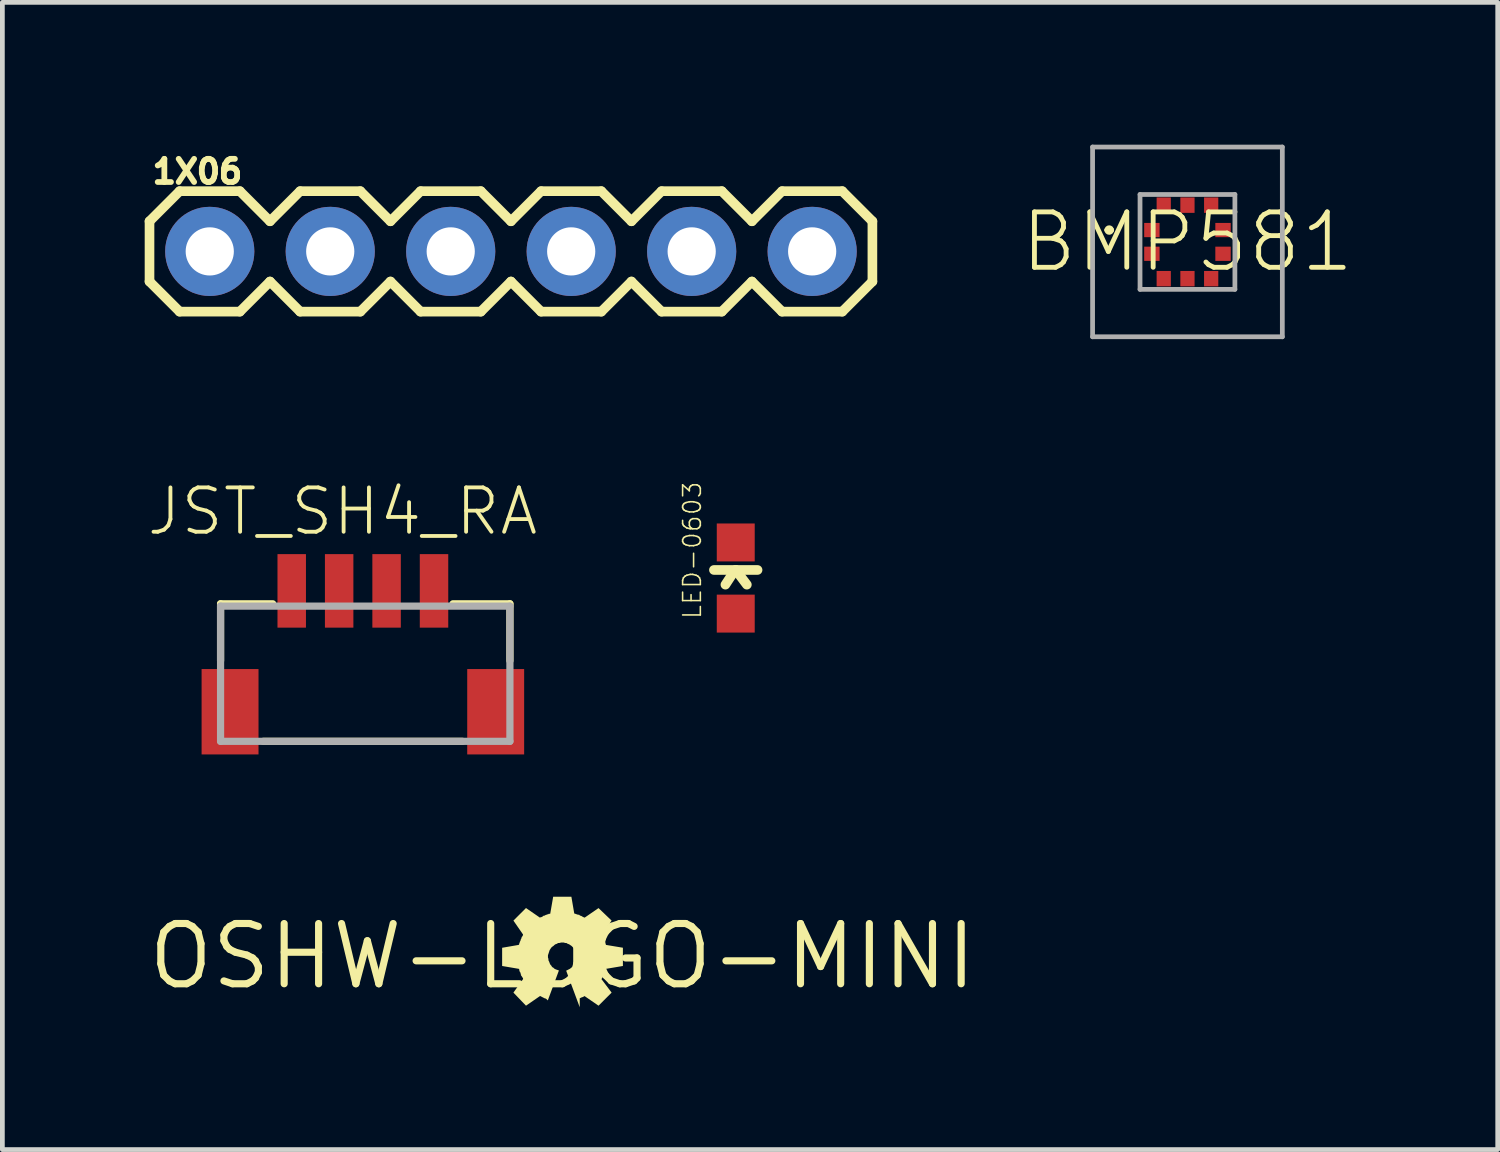
<source format=kicad_pcb>
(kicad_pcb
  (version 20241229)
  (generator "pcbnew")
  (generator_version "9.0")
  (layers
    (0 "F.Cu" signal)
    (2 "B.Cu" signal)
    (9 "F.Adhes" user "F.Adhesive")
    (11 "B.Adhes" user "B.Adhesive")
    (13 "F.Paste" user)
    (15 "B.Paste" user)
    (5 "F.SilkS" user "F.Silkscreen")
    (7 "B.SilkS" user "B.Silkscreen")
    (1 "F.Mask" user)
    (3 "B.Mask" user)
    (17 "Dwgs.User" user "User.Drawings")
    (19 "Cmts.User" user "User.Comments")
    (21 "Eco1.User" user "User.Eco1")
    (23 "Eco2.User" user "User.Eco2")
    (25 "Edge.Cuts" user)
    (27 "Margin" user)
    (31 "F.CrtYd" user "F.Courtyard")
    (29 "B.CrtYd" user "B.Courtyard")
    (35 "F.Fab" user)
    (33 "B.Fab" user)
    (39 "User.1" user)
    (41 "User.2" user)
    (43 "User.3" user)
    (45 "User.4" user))
  (footprint "JST_SH4_RA"
    (layer "F.Cu")
    (at 4.6 10.331)
    (property "Reference" "JST_SH4_RA" (at -4.6 -2.052 0) (unlocked yes) (layer "F.SilkS") (effects (font (size 0.935 0.935) (thickness 0.081)) (justify left bottom)))
    (fp_line (start -3 -0.652) (end -1.9 -0.652) (stroke (width 0.152) (type solid)) (layer "F.SilkS"))
    (fp_line (start -3 0.548) (end -3 -0.652) (stroke (width 0.152) (type solid)) (layer "F.SilkS"))
    (fp_line (start -2.1 2.248) (end 2.1 2.248) (stroke (width 0.152) (type solid)) (layer "F.SilkS"))
    (fp_line (start 1.9 -0.652) (end 3.1 -0.652) (stroke (width 0.152) (type solid)) (layer "F.SilkS"))
    (fp_line (start 3.1 -0.652) (end 3.1 0.548) (stroke (width 0.152) (type solid)) (layer "F.SilkS"))
    (fp_line (start -3 -0.602) (end 3.1 -0.602) (stroke (width 0.152) (type solid)) (layer "F.Fab"))
    (fp_line (start -3 2.248) (end -3 -0.602) (stroke (width 0.152) (type solid)) (layer "F.Fab"))
    (fp_line (start 3.1 -0.602) (end 3.1 2.248) (stroke (width 0.152) (type solid)) (layer "F.Fab"))
    (fp_line (start 3.1 2.248) (end -3 2.248) (stroke (width 0.152) (type solid)) (layer "F.Fab"))
    (pad "1" smd rect (at 1.5 -0.924 270) (size 1.55 0.6) (layers "F.Cu" "F.Mask" "F.Paste"))
    (pad "2" smd rect (at 0.5 -0.924 270) (size 1.55 0.6) (layers "F.Cu" "F.Mask" "F.Paste"))
    (pad "3" smd rect (at -0.5 -0.924 270) (size 1.55 0.6) (layers "F.Cu" "F.Mask" "F.Paste"))
    (pad "4" smd rect (at -1.5 -0.924 270) (size 1.55 0.6) (layers "F.Cu" "F.Mask" "F.Paste"))
    (pad "MT1" smd rect (at -2.8 1.624 90) (size 1.8 1.2) (layers "F.Cu" "F.Mask" "F.Paste"))
    (pad "MT2" smd rect (at 2.8 1.624 90) (size 1.8 1.2) (layers "F.Cu" "F.Mask" "F.Paste")))
  (footprint "OSHW-LOGO-MINI"
    (layer "F.Cu")
    (at 8.807 17.11)
    (property "Reference" "OSHW-LOGO-MINI" (at 0 0 0) (unlocked yes) (layer "F.SilkS") (effects (font (size 1.27 1.27) (thickness 0.15))))
    (fp_poly (pts (xy 0.249 -0.904) (xy 0.266 -0.895) (xy 0.276 -0.895) (xy 0.296 -0.885) (xy 0.306 -0.885) (xy 0.326 -0.875) (xy 0.352 -0.875) (xy 0.369 -0.859) (xy 0.376 -0.855) (xy 0.386 -0.855) (xy 0.419 -0.839) (xy 0.429 -0.829) (xy 0.436 -0.825) (xy 0.446 -0.825) (xy 0.468 -0.814) (xy 0.761 -1.016) (xy 1.037 -0.752) (xy 0.824 -0.458) (xy 0.828 -0.45) (xy 0.845 -0.433) (xy 0.845 -0.413) (xy 0.848 -0.41) (xy 0.858 -0.39) (xy 0.875 -0.373) (xy 0.875 -0.353) (xy 0.885 -0.343) (xy 0.885 -0.316) (xy 0.888 -0.31) (xy 0.905 -0.293) (xy 0.905 -0.273) (xy 0.915 -0.263) (xy 0.915 -0.24) (xy 1.275 -0.18) (xy 1.275 0.205) (xy 0.915 0.266) (xy 0.915 0.272) (xy 0.905 0.292) (xy 0.905 0.302) (xy 0.895 0.322) (xy 0.895 0.332) (xy 0.875 0.372) (xy 0.875 0.382) (xy 0.858 0.415) (xy 0.848 0.425) (xy 0.845 0.432) (xy 0.845 0.442) (xy 0.828 0.475) (xy 0.822 0.48) (xy 1.037 0.766) (xy 0.761 1.042) (xy 0.465 0.838) (xy 0.452 0.851) (xy 0.442 0.851) (xy 0.432 0.861) (xy 0.412 0.861) (xy 0.402 0.871) (xy 0.392 0.871) (xy 0.382 0.881) (xy 0.372 0.881) (xy 0.365 0.888) (xy 0.365 1.075) (xy 0.079 0.304) (xy 0.164 0.261) (xy 0.184 0.241) (xy 0.204 0.231) (xy 0.235 0.2) (xy 0.245 0.18) (xy 0.265 0.16) (xy 0.271 0.148) (xy 0.281 0.118) (xy 0.289 0.104) (xy 0.289 0.086) (xy 0.299 0.056) (xy 0.299 -0.021) (xy 0.289 -0.051) (xy 0.289 -0.076) (xy 0.272 -0.101) (xy 0.262 -0.131) (xy 0.227 -0.183) (xy 0.192 -0.218) (xy 0.14 -0.253) (xy 0.11 -0.263) (xy 0.085 -0.279) (xy 0.06 -0.279) (xy 0.03 -0.289) (xy -0.029 -0.289) (xy -0.069 -0.279) (xy -0.092 -0.279) (xy -0.117 -0.263) (xy -0.147 -0.253) (xy -0.169 -0.238) (xy -0.189 -0.218) (xy -0.219 -0.198) (xy -0.234 -0.183) (xy -0.269 -0.131) (xy -0.305 -0.021) (xy -0.305 0.026) (xy -0.295 0.056) (xy -0.295 0.084) (xy -0.278 0.118) (xy -0.268 0.148) (xy -0.252 0.18) (xy -0.232 0.2) (xy -0.222 0.22) (xy -0.211 0.231) (xy -0.191 0.241) (xy -0.171 0.261) (xy -0.139 0.277) (xy -0.074 0.299) (xy -0.308 0.931) (xy -0.349 0.891) (xy -0.369 0.891) (xy -0.379 0.881) (xy -0.389 0.881) (xy -0.399 0.871) (xy -0.409 0.871) (xy -0.419 0.861) (xy -0.429 0.861) (xy -0.439 0.851) (xy -0.449 0.851) (xy -0.459 0.841) (xy -0.469 0.841) (xy -0.472 0.838) (xy -0.768 1.042) (xy -1.033 0.766) (xy -0.828 0.479) (xy -0.831 0.472) (xy -0.831 0.462) (xy -0.835 0.455) (xy -0.845 0.445) (xy -0.855 0.425) (xy -0.871 0.408) (xy -0.871 0.388) (xy -0.881 0.378) (xy -0.881 0.352) (xy -0.885 0.345) (xy -0.901 0.328) (xy -0.901 0.308) (xy -0.911 0.298) (xy -0.911 0.272) (xy -0.914 0.266) (xy -1.271 0.205) (xy -1.271 -0.179) (xy -0.92 -0.24) (xy -0.911 -0.256) (xy -0.911 -0.266) (xy -0.901 -0.286) (xy -0.901 -0.296) (xy -0.881 -0.336) (xy -0.881 -0.346) (xy -0.865 -0.38) (xy -0.861 -0.383) (xy -0.861 -0.403) (xy -0.845 -0.42) (xy -0.835 -0.44) (xy -0.831 -0.443) (xy -0.831 -0.46) (xy -1.033 -0.752) (xy -0.768 -1.017) (xy -0.472 -0.813) (xy -0.459 -0.825) (xy -0.439 -0.825) (xy -0.436 -0.829) (xy -0.416 -0.839) (xy -0.399 -0.855) (xy -0.379 -0.855) (xy -0.376 -0.859) (xy -0.342 -0.875) (xy -0.332 -0.875) (xy -0.312 -0.885) (xy -0.299 -0.885) (xy -0.289 -0.895) (xy -0.262 -0.895) (xy -0.257 -0.898) (xy -0.195 -1.255) (xy 0.189 -1.255)) (stroke (width 0) (type default)) (fill yes) (layer "F.SilkS")))
  (footprint "LED-0603"
    (layer "F.Cu")
    (at 12.461 9.136)
    (property "Reference" "LED-0603" (at -0.699 0.889 90) (unlocked yes) (layer "F.SilkS") (effects (font (size 0.374 0.374) (thickness 0.033)) (justify left bottom)))
    (fp_line (start -0.46 -0.17) (end 0 -0.17) (stroke (width 0.203) (type solid)) (layer "F.SilkS"))
    (fp_line (start -0.025 -0.155) (end -0.218 0.14) (stroke (width 0.203) (type solid)) (layer "F.SilkS"))
    (fp_line (start 0 -0.17) (end 0.234 0.14) (stroke (width 0.203) (type solid)) (layer "F.SilkS"))
    (fp_line (start 0.46 -0.17) (end 0 -0.17) (stroke (width 0.203) (type solid)) (layer "F.SilkS"))
    (pad "A" smd rect (at 0 0.75) (size 0.8 0.8) (layers "F.Cu" "F.Mask" "F.Paste"))
    (pad "C" smd rect (at 0 -0.75) (size 0.8 0.8) (layers "F.Cu" "F.Mask" "F.Paste")))
  (footprint "1X06"
    (layer "F.Cu")
    (at 1.372 2.25)
    (property "Reference" "1X06" (at -1.27 -1.397 0) (unlocked yes) (layer "F.SilkS") (effects (font (size 0.488 0.488) (thickness 0.122)) (justify left bottom)))
    (fp_line (start -1.27 -0.635) (end -1.27 0.635) (stroke (width 0.203) (type solid)) (layer "F.SilkS"))
    (fp_line (start -1.27 0.635) (end -0.635 1.27) (stroke (width 0.203) (type solid)) (layer "F.SilkS"))
    (fp_line (start -0.635 -1.27) (end -1.27 -0.635) (stroke (width 0.203) (type solid)) (layer "F.SilkS"))
    (fp_line (start -0.635 -1.27) (end 0.635 -1.27) (stroke (width 0.203) (type solid)) (layer "F.SilkS"))
    (fp_line (start 0.635 -1.27) (end 1.27 -0.635) (stroke (width 0.203) (type solid)) (layer "F.SilkS"))
    (fp_line (start 0.635 1.27) (end -0.635 1.27) (stroke (width 0.203) (type solid)) (layer "F.SilkS"))
    (fp_line (start 1.27 -0.635) (end 1.905 -1.27) (stroke (width 0.203) (type solid)) (layer "F.SilkS"))
    (fp_line (start 1.27 0.635) (end 0.635 1.27) (stroke (width 0.203) (type solid)) (layer "F.SilkS"))
    (fp_line (start 1.905 -1.27) (end 3.175 -1.27) (stroke (width 0.203) (type solid)) (layer "F.SilkS"))
    (fp_line (start 1.905 1.27) (end 1.27 0.635) (stroke (width 0.203) (type solid)) (layer "F.SilkS"))
    (fp_line (start 3.175 -1.27) (end 3.81 -0.635) (stroke (width 0.203) (type solid)) (layer "F.SilkS"))
    (fp_line (start 3.175 1.27) (end 1.905 1.27) (stroke (width 0.203) (type solid)) (layer "F.SilkS"))
    (fp_line (start 3.81 -0.635) (end 4.445 -1.27) (stroke (width 0.203) (type solid)) (layer "F.SilkS"))
    (fp_line (start 3.81 0.635) (end 3.175 1.27) (stroke (width 0.203) (type solid)) (layer "F.SilkS"))
    (fp_line (start 4.445 -1.27) (end 5.715 -1.27) (stroke (width 0.203) (type solid)) (layer "F.SilkS"))
    (fp_line (start 4.445 1.27) (end 3.81 0.635) (stroke (width 0.203) (type solid)) (layer "F.SilkS"))
    (fp_line (start 5.715 -1.27) (end 6.35 -0.635) (stroke (width 0.203) (type solid)) (layer "F.SilkS"))
    (fp_line (start 5.715 1.27) (end 4.445 1.27) (stroke (width 0.203) (type solid)) (layer "F.SilkS"))
    (fp_line (start 6.35 0.635) (end 5.715 1.27) (stroke (width 0.203) (type solid)) (layer "F.SilkS"))
    (fp_line (start 6.35 0.635) (end 6.985 1.27) (stroke (width 0.203) (type solid)) (layer "F.SilkS"))
    (fp_line (start 6.985 -1.27) (end 6.35 -0.635) (stroke (width 0.203) (type solid)) (layer "F.SilkS"))
    (fp_line (start 6.985 -1.27) (end 8.255 -1.27) (stroke (width 0.203) (type solid)) (layer "F.SilkS"))
    (fp_line (start 8.255 -1.27) (end 8.89 -0.635) (stroke (width 0.203) (type solid)) (layer "F.SilkS"))
    (fp_line (start 8.255 1.27) (end 6.985 1.27) (stroke (width 0.203) (type solid)) (layer "F.SilkS"))
    (fp_line (start 8.89 -0.635) (end 9.525 -1.27) (stroke (width 0.203) (type solid)) (layer "F.SilkS"))
    (fp_line (start 8.89 0.635) (end 8.255 1.27) (stroke (width 0.203) (type solid)) (layer "F.SilkS"))
    (fp_line (start 9.525 -1.27) (end 10.795 -1.27) (stroke (width 0.203) (type solid)) (layer "F.SilkS"))
    (fp_line (start 9.525 1.27) (end 8.89 0.635) (stroke (width 0.203) (type solid)) (layer "F.SilkS"))
    (fp_line (start 10.795 -1.27) (end 11.43 -0.635) (stroke (width 0.203) (type solid)) (layer "F.SilkS"))
    (fp_line (start 10.795 1.27) (end 9.525 1.27) (stroke (width 0.203) (type solid)) (layer "F.SilkS"))
    (fp_line (start 11.43 -0.635) (end 12.065 -1.27) (stroke (width 0.203) (type solid)) (layer "F.SilkS"))
    (fp_line (start 11.43 0.635) (end 10.795 1.27) (stroke (width 0.203) (type solid)) (layer "F.SilkS"))
    (fp_line (start 12.065 -1.27) (end 13.335 -1.27) (stroke (width 0.203) (type solid)) (layer "F.SilkS"))
    (fp_line (start 12.065 1.27) (end 11.43 0.635) (stroke (width 0.203) (type solid)) (layer "F.SilkS"))
    (fp_line (start 13.335 -1.27) (end 13.97 -0.635) (stroke (width 0.203) (type solid)) (layer "F.SilkS"))
    (fp_line (start 13.335 1.27) (end 12.065 1.27) (stroke (width 0.203) (type solid)) (layer "F.SilkS"))
    (fp_line (start 13.97 -0.635) (end 13.97 0.635) (stroke (width 0.203) (type solid)) (layer "F.SilkS"))
    (fp_line (start 13.97 0.635) (end 13.335 1.27) (stroke (width 0.203) (type solid)) (layer "F.SilkS"))
    (fp_poly (pts (xy -0.254 0.254) (xy 0.254 0.254) (xy 0.254 -0.254) (xy -0.254 -0.254)) (stroke (width 0.1) (type default)) (fill no) (layer "F.Fab"))
    (fp_poly (pts (xy 2.286 0.254) (xy 2.794 0.254) (xy 2.794 -0.254) (xy 2.286 -0.254)) (stroke (width 0.1) (type default)) (fill no) (layer "F.Fab"))
    (fp_poly (pts (xy 4.826 0.254) (xy 5.334 0.254) (xy 5.334 -0.254) (xy 4.826 -0.254)) (stroke (width 0.1) (type default)) (fill no) (layer "F.Fab"))
    (fp_poly (pts (xy 7.366 0.254) (xy 7.874 0.254) (xy 7.874 -0.254) (xy 7.366 -0.254)) (stroke (width 0.1) (type default)) (fill no) (layer "F.Fab"))
    (fp_poly (pts (xy 9.906 0.254) (xy 10.414 0.254) (xy 10.414 -0.254) (xy 9.906 -0.254)) (stroke (width 0.1) (type default)) (fill no) (layer "F.Fab"))
    (fp_poly (pts (xy 12.446 0.254) (xy 12.954 0.254) (xy 12.954 -0.254) (xy 12.446 -0.254)) (stroke (width 0.1) (type default)) (fill no) (layer "F.Fab"))
    (pad "1" thru_hole circle (at 0 0 90) (size 1.88 1.88) (drill 1.016) (layers "*.Cu" "*.Mask"))
    (pad "2" thru_hole circle (at 2.54 0 90) (size 1.88 1.88) (drill 1.016) (layers "*.Cu" "*.Mask"))
    (pad "3" thru_hole circle (at 5.08 0 90) (size 1.88 1.88) (drill 1.016) (layers "*.Cu" "*.Mask"))
    (pad "4" thru_hole circle (at 7.62 0 90) (size 1.88 1.88) (drill 1.016) (layers "*.Cu" "*.Mask"))
    (pad "5" thru_hole circle (at 10.16 0 90) (size 1.88 1.88) (drill 1.016) (layers "*.Cu" "*.Mask"))
    (pad "6" thru_hole circle (at 12.7 0 90) (size 1.88 1.88) (drill 1.016) (layers "*.Cu" "*.Mask")))
  (footprint "BMP581"
    (layer "F.Cu")
    (at 21.984 2.05)
    (property "Reference" "BMP581" (at 0 0 0) (unlocked yes) (layer "F.SilkS") (effects (font (size 1.168 1.168) (thickness 0.102))))
    (fp_line (start -1.7 -0.25) (end -1.7 -0.25) (stroke (width 0.1) (type solid)) (layer "F.SilkS"))
    (fp_line (start -1.6 -0.25) (end -1.6 -0.25) (stroke (width 0.1) (type solid)) (layer "F.SilkS"))
    (fp_arc (start -1.7 -0.25) (mid -1.65 -0.3) (end -1.6 -0.25) (stroke (width 0.1) (type solid)) (layer "F.SilkS"))
    (fp_arc (start -1.6 -0.25) (mid -1.65 -0.2) (end -1.7 -0.25) (stroke (width 0.1) (type solid)) (layer "F.SilkS"))
    (fp_line (start -2 -2) (end 2 -2) (stroke (width 0.1) (type solid)) (layer "F.Fab"))
    (fp_line (start -2 2) (end -2 -2) (stroke (width 0.1) (type solid)) (layer "F.Fab"))
    (fp_line (start -1 -1) (end 1 -1) (stroke (width 0.1) (type solid)) (layer "F.Fab"))
    (fp_line (start -1 1) (end -1 -1) (stroke (width 0.1) (type solid)) (layer "F.Fab"))
    (fp_line (start 1 -1) (end 1 1) (stroke (width 0.1) (type solid)) (layer "F.Fab"))
    (fp_line (start 1 1) (end -1 1) (stroke (width 0.1) (type solid)) (layer "F.Fab"))
    (fp_line (start 2 -2) (end 2 2) (stroke (width 0.1) (type solid)) (layer "F.Fab"))
    (fp_line (start 2 2) (end -2 2) (stroke (width 0.1) (type solid)) (layer "F.Fab"))
    (pad "1" smd rect (at -0.75 -0.25) (size 0.325 0.3) (layers "F.Cu" "F.Mask" "F.Paste"))
    (pad "2" smd rect (at -0.75 0.25) (size 0.325 0.3) (layers "F.Cu" "F.Mask" "F.Paste"))
    (pad "3" smd rect (at -0.5 0.775 90) (size 0.325 0.3) (layers "F.Cu" "F.Mask" "F.Paste"))
    (pad "4" smd rect (at 0 0.775 90) (size 0.325 0.3) (layers "F.Cu" "F.Mask" "F.Paste"))
    (pad "5" smd rect (at 0.5 0.775 90) (size 0.325 0.3) (layers "F.Cu" "F.Mask" "F.Paste"))
    (pad "6" smd rect (at 0.75 0.25) (size 0.325 0.3) (layers "F.Cu" "F.Mask" "F.Paste"))
    (pad "7" smd rect (at 0.75 -0.25) (size 0.325 0.3) (layers "F.Cu" "F.Mask" "F.Paste"))
    (pad "8" smd rect (at 0.5 -0.775 90) (size 0.325 0.3) (layers "F.Cu" "F.Mask" "F.Paste"))
    (pad "9" smd rect (at 0 -0.775 90) (size 0.325 0.3) (layers "F.Cu" "F.Mask" "F.Paste"))
    (pad "10" smd rect (at -0.5 -0.775 90) (size 0.325 0.3) (layers "F.Cu" "F.Mask" "F.Paste")))
  (gr_rect
    (start -3 -3)
    (end 28.525 21.185)
    (stroke (width 0.1) (type default))
    (fill no)
    (layer "Edge.Cuts")))
</source>
